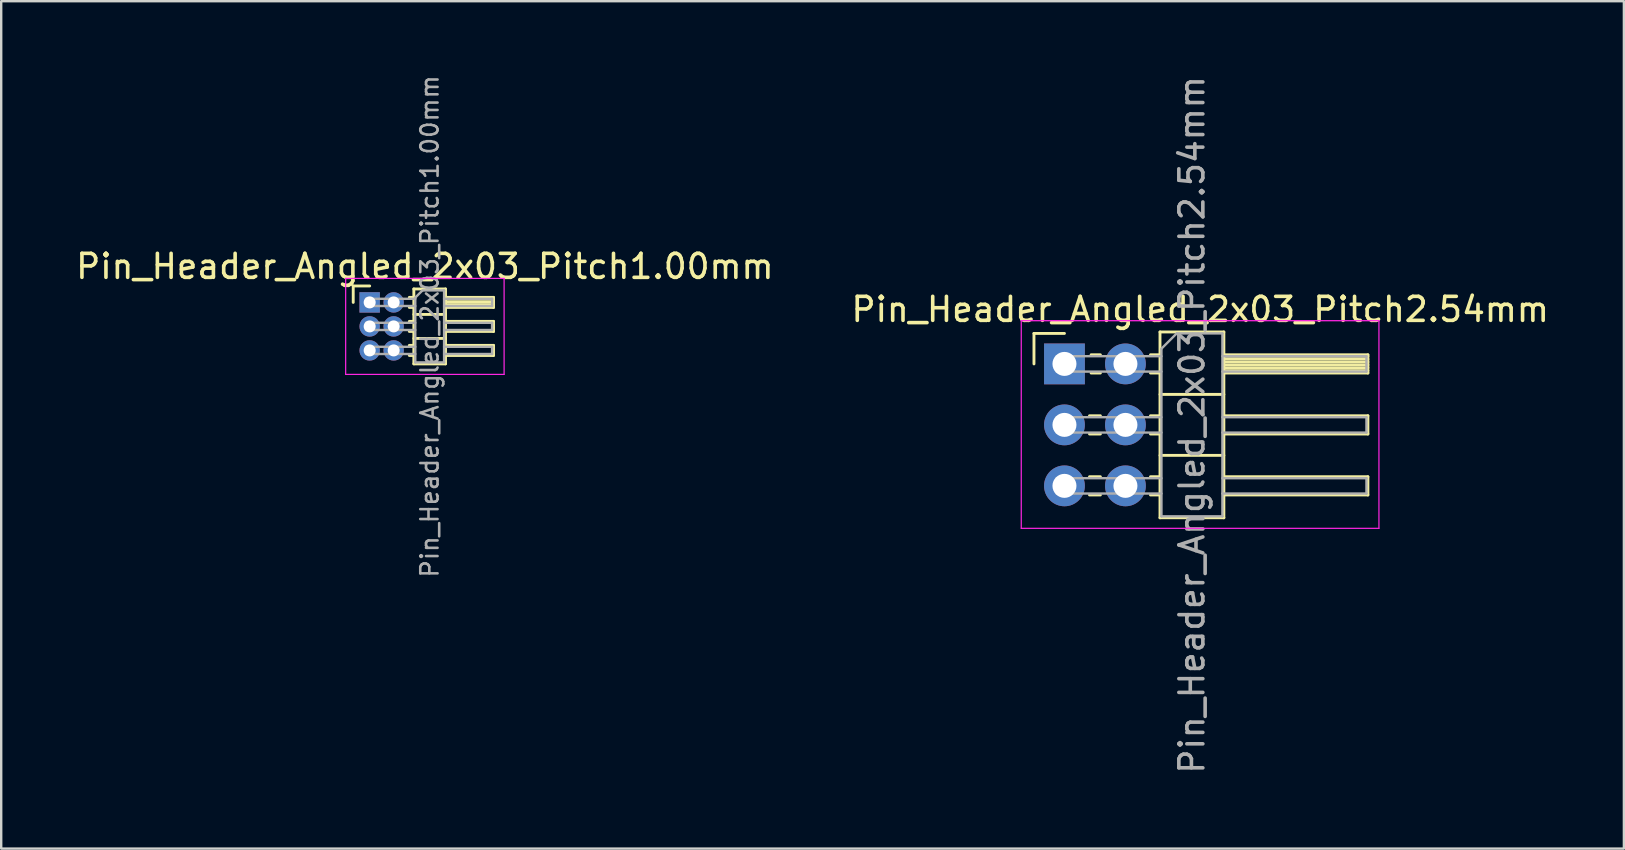
<source format=kicad_pcb>
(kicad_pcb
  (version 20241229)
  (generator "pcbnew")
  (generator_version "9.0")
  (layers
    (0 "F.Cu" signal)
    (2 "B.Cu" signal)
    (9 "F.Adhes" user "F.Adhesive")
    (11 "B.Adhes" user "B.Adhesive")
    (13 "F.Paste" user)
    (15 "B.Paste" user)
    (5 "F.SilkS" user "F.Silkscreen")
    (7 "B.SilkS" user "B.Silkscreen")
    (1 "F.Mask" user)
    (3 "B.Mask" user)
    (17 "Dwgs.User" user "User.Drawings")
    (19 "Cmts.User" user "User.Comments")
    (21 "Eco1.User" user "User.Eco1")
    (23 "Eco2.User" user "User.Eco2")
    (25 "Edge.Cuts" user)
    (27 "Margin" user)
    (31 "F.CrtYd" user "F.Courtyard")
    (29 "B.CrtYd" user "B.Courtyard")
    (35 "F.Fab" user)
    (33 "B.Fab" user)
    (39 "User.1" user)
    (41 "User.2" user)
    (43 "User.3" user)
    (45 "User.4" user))
  (footprint "Pin_Header_Angled_2x03_Pitch2.54mm"
    (layer "F.Cu")
    (at 41.291 12.109)
    (property "Reference" "Pin_Header_Angled_2x03_Pitch2.54mm" (at 5.655 -2.27 0) (layer "F.SilkS") (effects (font (size 1 1) (thickness 0.15))))
    (attr through_hole)
    (fp_line (start -1.27 -1.27) (end 0 -1.27) (stroke (width 0.12) (type solid)) (layer "F.SilkS"))
    (fp_line (start -1.27 0) (end -1.27 -1.27) (stroke (width 0.12) (type solid)) (layer "F.SilkS"))
    (fp_line (start 1.043 2.16) (end 1.497 2.16) (stroke (width 0.12) (type solid)) (layer "F.SilkS"))
    (fp_line (start 1.043 2.92) (end 1.497 2.92) (stroke (width 0.12) (type solid)) (layer "F.SilkS"))
    (fp_line (start 1.043 4.7) (end 1.497 4.7) (stroke (width 0.12) (type solid)) (layer "F.SilkS"))
    (fp_line (start 1.043 5.46) (end 1.497 5.46) (stroke (width 0.12) (type solid)) (layer "F.SilkS"))
    (fp_line (start 1.11 -0.38) (end 1.497 -0.38) (stroke (width 0.12) (type solid)) (layer "F.SilkS"))
    (fp_line (start 1.11 0.38) (end 1.497 0.38) (stroke (width 0.12) (type solid)) (layer "F.SilkS"))
    (fp_line (start 3.583 -0.38) (end 3.98 -0.38) (stroke (width 0.12) (type solid)) (layer "F.SilkS"))
    (fp_line (start 3.583 0.38) (end 3.98 0.38) (stroke (width 0.12) (type solid)) (layer "F.SilkS"))
    (fp_line (start 3.583 2.16) (end 3.98 2.16) (stroke (width 0.12) (type solid)) (layer "F.SilkS"))
    (fp_line (start 3.583 2.92) (end 3.98 2.92) (stroke (width 0.12) (type solid)) (layer "F.SilkS"))
    (fp_line (start 3.583 4.7) (end 3.98 4.7) (stroke (width 0.12) (type solid)) (layer "F.SilkS"))
    (fp_line (start 3.583 5.46) (end 3.98 5.46) (stroke (width 0.12) (type solid)) (layer "F.SilkS"))
    (fp_line (start 3.98 -1.33) (end 3.98 6.41) (stroke (width 0.12) (type solid)) (layer "F.SilkS"))
    (fp_line (start 3.98 1.27) (end 6.64 1.27) (stroke (width 0.12) (type solid)) (layer "F.SilkS"))
    (fp_line (start 3.98 3.81) (end 6.64 3.81) (stroke (width 0.12) (type solid)) (layer "F.SilkS"))
    (fp_line (start 3.98 6.41) (end 6.64 6.41) (stroke (width 0.12) (type solid)) (layer "F.SilkS"))
    (fp_line (start 6.64 -1.33) (end 3.98 -1.33) (stroke (width 0.12) (type solid)) (layer "F.SilkS"))
    (fp_line (start 6.64 -0.38) (end 12.64 -0.38) (stroke (width 0.12) (type solid)) (layer "F.SilkS"))
    (fp_line (start 6.64 -0.32) (end 12.64 -0.32) (stroke (width 0.12) (type solid)) (layer "F.SilkS"))
    (fp_line (start 6.64 -0.2) (end 12.64 -0.2) (stroke (width 0.12) (type solid)) (layer "F.SilkS"))
    (fp_line (start 6.64 -0.08) (end 12.64 -0.08) (stroke (width 0.12) (type solid)) (layer "F.SilkS"))
    (fp_line (start 6.64 0.04) (end 12.64 0.04) (stroke (width 0.12) (type solid)) (layer "F.SilkS"))
    (fp_line (start 6.64 0.16) (end 12.64 0.16) (stroke (width 0.12) (type solid)) (layer "F.SilkS"))
    (fp_line (start 6.64 0.28) (end 12.64 0.28) (stroke (width 0.12) (type solid)) (layer "F.SilkS"))
    (fp_line (start 6.64 2.16) (end 12.64 2.16) (stroke (width 0.12) (type solid)) (layer "F.SilkS"))
    (fp_line (start 6.64 4.7) (end 12.64 4.7) (stroke (width 0.12) (type solid)) (layer "F.SilkS"))
    (fp_line (start 6.64 6.41) (end 6.64 -1.33) (stroke (width 0.12) (type solid)) (layer "F.SilkS"))
    (fp_line (start 12.64 -0.38) (end 12.64 0.38) (stroke (width 0.12) (type solid)) (layer "F.SilkS"))
    (fp_line (start 12.64 0.38) (end 6.64 0.38) (stroke (width 0.12) (type solid)) (layer "F.SilkS"))
    (fp_line (start 12.64 2.16) (end 12.64 2.92) (stroke (width 0.12) (type solid)) (layer "F.SilkS"))
    (fp_line (start 12.64 2.92) (end 6.64 2.92) (stroke (width 0.12) (type solid)) (layer "F.SilkS"))
    (fp_line (start 12.64 4.7) (end 12.64 5.46) (stroke (width 0.12) (type solid)) (layer "F.SilkS"))
    (fp_line (start 12.64 5.46) (end 6.64 5.46) (stroke (width 0.12) (type solid)) (layer "F.SilkS"))
    (fp_line (start -1.8 -1.8) (end -1.8 6.85) (stroke (width 0.05) (type solid)) (layer "F.CrtYd"))
    (fp_line (start -1.8 6.85) (end 13.1 6.85) (stroke (width 0.05) (type solid)) (layer "F.CrtYd"))
    (fp_line (start 13.1 -1.8) (end -1.8 -1.8) (stroke (width 0.05) (type solid)) (layer "F.CrtYd"))
    (fp_line (start 13.1 6.85) (end 13.1 -1.8) (stroke (width 0.05) (type solid)) (layer "F.CrtYd"))
    (fp_line (start -0.32 -0.32) (end -0.32 0.32) (stroke (width 0.1) (type solid)) (layer "F.Fab"))
    (fp_line (start -0.32 -0.32) (end 4.04 -0.32) (stroke (width 0.1) (type solid)) (layer "F.Fab"))
    (fp_line (start -0.32 0.32) (end 4.04 0.32) (stroke (width 0.1) (type solid)) (layer "F.Fab"))
    (fp_line (start -0.32 2.22) (end -0.32 2.86) (stroke (width 0.1) (type solid)) (layer "F.Fab"))
    (fp_line (start -0.32 2.22) (end 4.04 2.22) (stroke (width 0.1) (type solid)) (layer "F.Fab"))
    (fp_line (start -0.32 2.86) (end 4.04 2.86) (stroke (width 0.1) (type solid)) (layer "F.Fab"))
    (fp_line (start -0.32 4.76) (end -0.32 5.4) (stroke (width 0.1) (type solid)) (layer "F.Fab"))
    (fp_line (start -0.32 4.76) (end 4.04 4.76) (stroke (width 0.1) (type solid)) (layer "F.Fab"))
    (fp_line (start -0.32 5.4) (end 4.04 5.4) (stroke (width 0.1) (type solid)) (layer "F.Fab"))
    (fp_line (start 4.04 -0.635) (end 4.675 -1.27) (stroke (width 0.1) (type solid)) (layer "F.Fab"))
    (fp_line (start 4.04 6.35) (end 4.04 -0.635) (stroke (width 0.1) (type solid)) (layer "F.Fab"))
    (fp_line (start 4.675 -1.27) (end 6.58 -1.27) (stroke (width 0.1) (type solid)) (layer "F.Fab"))
    (fp_line (start 6.58 -1.27) (end 6.58 6.35) (stroke (width 0.1) (type solid)) (layer "F.Fab"))
    (fp_line (start 6.58 -0.32) (end 12.58 -0.32) (stroke (width 0.1) (type solid)) (layer "F.Fab"))
    (fp_line (start 6.58 0.32) (end 12.58 0.32) (stroke (width 0.1) (type solid)) (layer "F.Fab"))
    (fp_line (start 6.58 2.22) (end 12.58 2.22) (stroke (width 0.1) (type solid)) (layer "F.Fab"))
    (fp_line (start 6.58 2.86) (end 12.58 2.86) (stroke (width 0.1) (type solid)) (layer "F.Fab"))
    (fp_line (start 6.58 4.76) (end 12.58 4.76) (stroke (width 0.1) (type solid)) (layer "F.Fab"))
    (fp_line (start 6.58 5.4) (end 12.58 5.4) (stroke (width 0.1) (type solid)) (layer "F.Fab"))
    (fp_line (start 6.58 6.35) (end 4.04 6.35) (stroke (width 0.1) (type solid)) (layer "F.Fab"))
    (fp_line (start 12.58 -0.32) (end 12.58 0.32) (stroke (width 0.1) (type solid)) (layer "F.Fab"))
    (fp_line (start 12.58 2.22) (end 12.58 2.86) (stroke (width 0.1) (type solid)) (layer "F.Fab"))
    (fp_line (start 12.58 4.76) (end 12.58 5.4) (stroke (width 0.1) (type solid)) (layer "F.Fab"))
    (fp_text user "${REFERENCE}" (at 5.31 2.54 90) (layer "F.Fab") (effects (font (size 1 1) (thickness 0.15))))
    (pad "1" thru_hole rect (at 0 0) (size 1.7 1.7) (drill 1) (layers "*.Cu" "*.Mask"))
    (pad "2" thru_hole oval (at 2.54 0) (size 1.7 1.7) (drill 1) (layers "*.Cu" "*.Mask"))
    (pad "3" thru_hole oval (at 0 2.54) (size 1.7 1.7) (drill 1) (layers "*.Cu" "*.Mask"))
    (pad "4" thru_hole oval (at 2.54 2.54) (size 1.7 1.7) (drill 1) (layers "*.Cu" "*.Mask"))
    (pad "5" thru_hole oval (at 0 5.08) (size 1.7 1.7) (drill 1) (layers "*.Cu" "*.Mask"))
    (pad "6" thru_hole oval (at 2.54 5.08) (size 1.7 1.7) (drill 1) (layers "*.Cu" "*.Mask")))
  (footprint "Pin_Header_Angled_2x03_Pitch1.00mm"
    (layer "F.Cu")
    (at 12.349 9.547)
    (property "Reference" "Pin_Header_Angled_2x03_Pitch1.00mm" (at 2.3 -1.5 0) (layer "F.SilkS") (effects (font (size 1 1) (thickness 0.15))))
    (attr through_hole)
    (fp_line (start -0.685 -0.685) (end 0 -0.685) (stroke (width 0.12) (type solid)) (layer "F.SilkS"))
    (fp_line (start -0.685 0) (end -0.685 -0.685) (stroke (width 0.12) (type solid)) (layer "F.SilkS"))
    (fp_line (start 1.652 -0.21) (end 1.84 -0.21) (stroke (width 0.12) (type solid)) (layer "F.SilkS"))
    (fp_line (start 1.652 0.21) (end 1.84 0.21) (stroke (width 0.12) (type solid)) (layer "F.SilkS"))
    (fp_line (start 1.652 0.79) (end 1.84 0.79) (stroke (width 0.12) (type solid)) (layer "F.SilkS"))
    (fp_line (start 1.652 1.21) (end 1.84 1.21) (stroke (width 0.12) (type solid)) (layer "F.SilkS"))
    (fp_line (start 1.652 1.79) (end 1.84 1.79) (stroke (width 0.12) (type solid)) (layer "F.SilkS"))
    (fp_line (start 1.652 2.21) (end 1.84 2.21) (stroke (width 0.12) (type solid)) (layer "F.SilkS"))
    (fp_line (start 1.84 -0.56) (end 1.84 2.56) (stroke (width 0.12) (type solid)) (layer "F.SilkS"))
    (fp_line (start 1.84 0.5) (end 3.16 0.5) (stroke (width 0.12) (type solid)) (layer "F.SilkS"))
    (fp_line (start 1.84 1.5) (end 3.16 1.5) (stroke (width 0.12) (type solid)) (layer "F.SilkS"))
    (fp_line (start 1.84 2.56) (end 3.16 2.56) (stroke (width 0.12) (type solid)) (layer "F.SilkS"))
    (fp_line (start 3.16 -0.56) (end 1.84 -0.56) (stroke (width 0.12) (type solid)) (layer "F.SilkS"))
    (fp_line (start 3.16 -0.21) (end 5.16 -0.21) (stroke (width 0.12) (type solid)) (layer "F.SilkS"))
    (fp_line (start 3.16 -0.15) (end 5.16 -0.15) (stroke (width 0.12) (type solid)) (layer "F.SilkS"))
    (fp_line (start 3.16 -0.03) (end 5.16 -0.03) (stroke (width 0.12) (type solid)) (layer "F.SilkS"))
    (fp_line (start 3.16 0.09) (end 5.16 0.09) (stroke (width 0.12) (type solid)) (layer "F.SilkS"))
    (fp_line (start 3.16 0.79) (end 5.16 0.79) (stroke (width 0.12) (type solid)) (layer "F.SilkS"))
    (fp_line (start 3.16 1.79) (end 5.16 1.79) (stroke (width 0.12) (type solid)) (layer "F.SilkS"))
    (fp_line (start 3.16 2.56) (end 3.16 -0.56) (stroke (width 0.12) (type solid)) (layer "F.SilkS"))
    (fp_line (start 5.16 -0.21) (end 5.16 0.21) (stroke (width 0.12) (type solid)) (layer "F.SilkS"))
    (fp_line (start 5.16 0.21) (end 3.16 0.21) (stroke (width 0.12) (type solid)) (layer "F.SilkS"))
    (fp_line (start 5.16 0.79) (end 5.16 1.21) (stroke (width 0.12) (type solid)) (layer "F.SilkS"))
    (fp_line (start 5.16 1.21) (end 3.16 1.21) (stroke (width 0.12) (type solid)) (layer "F.SilkS"))
    (fp_line (start 5.16 1.79) (end 5.16 2.21) (stroke (width 0.12) (type solid)) (layer "F.SilkS"))
    (fp_line (start 5.16 2.21) (end 3.16 2.21) (stroke (width 0.12) (type solid)) (layer "F.SilkS"))
    (fp_line (start -1 -1) (end -1 3) (stroke (width 0.05) (type solid)) (layer "F.CrtYd"))
    (fp_line (start -1 3) (end 5.6 3) (stroke (width 0.05) (type solid)) (layer "F.CrtYd"))
    (fp_line (start 5.6 -1) (end -1 -1) (stroke (width 0.05) (type solid)) (layer "F.CrtYd"))
    (fp_line (start 5.6 3) (end 5.6 -1) (stroke (width 0.05) (type solid)) (layer "F.CrtYd"))
    (fp_line (start -0.15 -0.15) (end -0.15 0.15) (stroke (width 0.1) (type solid)) (layer "F.Fab"))
    (fp_line (start -0.15 -0.15) (end 1.9 -0.15) (stroke (width 0.1) (type solid)) (layer "F.Fab"))
    (fp_line (start -0.15 0.15) (end 1.9 0.15) (stroke (width 0.1) (type solid)) (layer "F.Fab"))
    (fp_line (start -0.15 0.85) (end -0.15 1.15) (stroke (width 0.1) (type solid)) (layer "F.Fab"))
    (fp_line (start -0.15 0.85) (end 1.9 0.85) (stroke (width 0.1) (type solid)) (layer "F.Fab"))
    (fp_line (start -0.15 1.15) (end 1.9 1.15) (stroke (width 0.1) (type solid)) (layer "F.Fab"))
    (fp_line (start -0.15 1.85) (end -0.15 2.15) (stroke (width 0.1) (type solid)) (layer "F.Fab"))
    (fp_line (start -0.15 1.85) (end 1.9 1.85) (stroke (width 0.1) (type solid)) (layer "F.Fab"))
    (fp_line (start -0.15 2.15) (end 1.9 2.15) (stroke (width 0.1) (type solid)) (layer "F.Fab"))
    (fp_line (start 1.9 -0.2) (end 2.2 -0.5) (stroke (width 0.1) (type solid)) (layer "F.Fab"))
    (fp_line (start 1.9 2.5) (end 1.9 -0.2) (stroke (width 0.1) (type solid)) (layer "F.Fab"))
    (fp_line (start 2.2 -0.5) (end 3.1 -0.5) (stroke (width 0.1) (type solid)) (layer "F.Fab"))
    (fp_line (start 3.1 -0.5) (end 3.1 2.5) (stroke (width 0.1) (type solid)) (layer "F.Fab"))
    (fp_line (start 3.1 -0.15) (end 5.1 -0.15) (stroke (width 0.1) (type solid)) (layer "F.Fab"))
    (fp_line (start 3.1 0.15) (end 5.1 0.15) (stroke (width 0.1) (type solid)) (layer "F.Fab"))
    (fp_line (start 3.1 0.85) (end 5.1 0.85) (stroke (width 0.1) (type solid)) (layer "F.Fab"))
    (fp_line (start 3.1 1.15) (end 5.1 1.15) (stroke (width 0.1) (type solid)) (layer "F.Fab"))
    (fp_line (start 3.1 1.85) (end 5.1 1.85) (stroke (width 0.1) (type solid)) (layer "F.Fab"))
    (fp_line (start 3.1 2.15) (end 5.1 2.15) (stroke (width 0.1) (type solid)) (layer "F.Fab"))
    (fp_line (start 3.1 2.5) (end 1.9 2.5) (stroke (width 0.1) (type solid)) (layer "F.Fab"))
    (fp_line (start 5.1 -0.15) (end 5.1 0.15) (stroke (width 0.1) (type solid)) (layer "F.Fab"))
    (fp_line (start 5.1 0.85) (end 5.1 1.15) (stroke (width 0.1) (type solid)) (layer "F.Fab"))
    (fp_line (start 5.1 1.85) (end 5.1 2.15) (stroke (width 0.1) (type solid)) (layer "F.Fab"))
    (fp_text user "${REFERENCE}" (at 2.5 1 90) (layer "F.Fab") (effects (font (size 0.72 0.72) (thickness 0.108))))
    (pad "1" thru_hole rect (at 0 0) (size 0.85 0.85) (drill 0.5) (layers "*.Cu" "*.Mask"))
    (pad "2" thru_hole oval (at 1 0) (size 0.85 0.85) (drill 0.5) (layers "*.Cu" "*.Mask"))
    (pad "3" thru_hole oval (at 0 1) (size 0.85 0.85) (drill 0.5) (layers "*.Cu" "*.Mask"))
    (pad "4" thru_hole oval (at 1 1) (size 0.85 0.85) (drill 0.5) (layers "*.Cu" "*.Mask"))
    (pad "5" thru_hole oval (at 0 2) (size 0.85 0.85) (drill 0.5) (layers "*.Cu" "*.Mask"))
    (pad "6" thru_hole oval (at 1 2) (size 0.85 0.85) (drill 0.5) (layers "*.Cu" "*.Mask")))
  (gr_rect
    (start -3 -3)
    (end 64.595 32.298)
    (stroke (width 0.1) (type default))
    (fill no)
    (layer "Edge.Cuts")))
</source>
